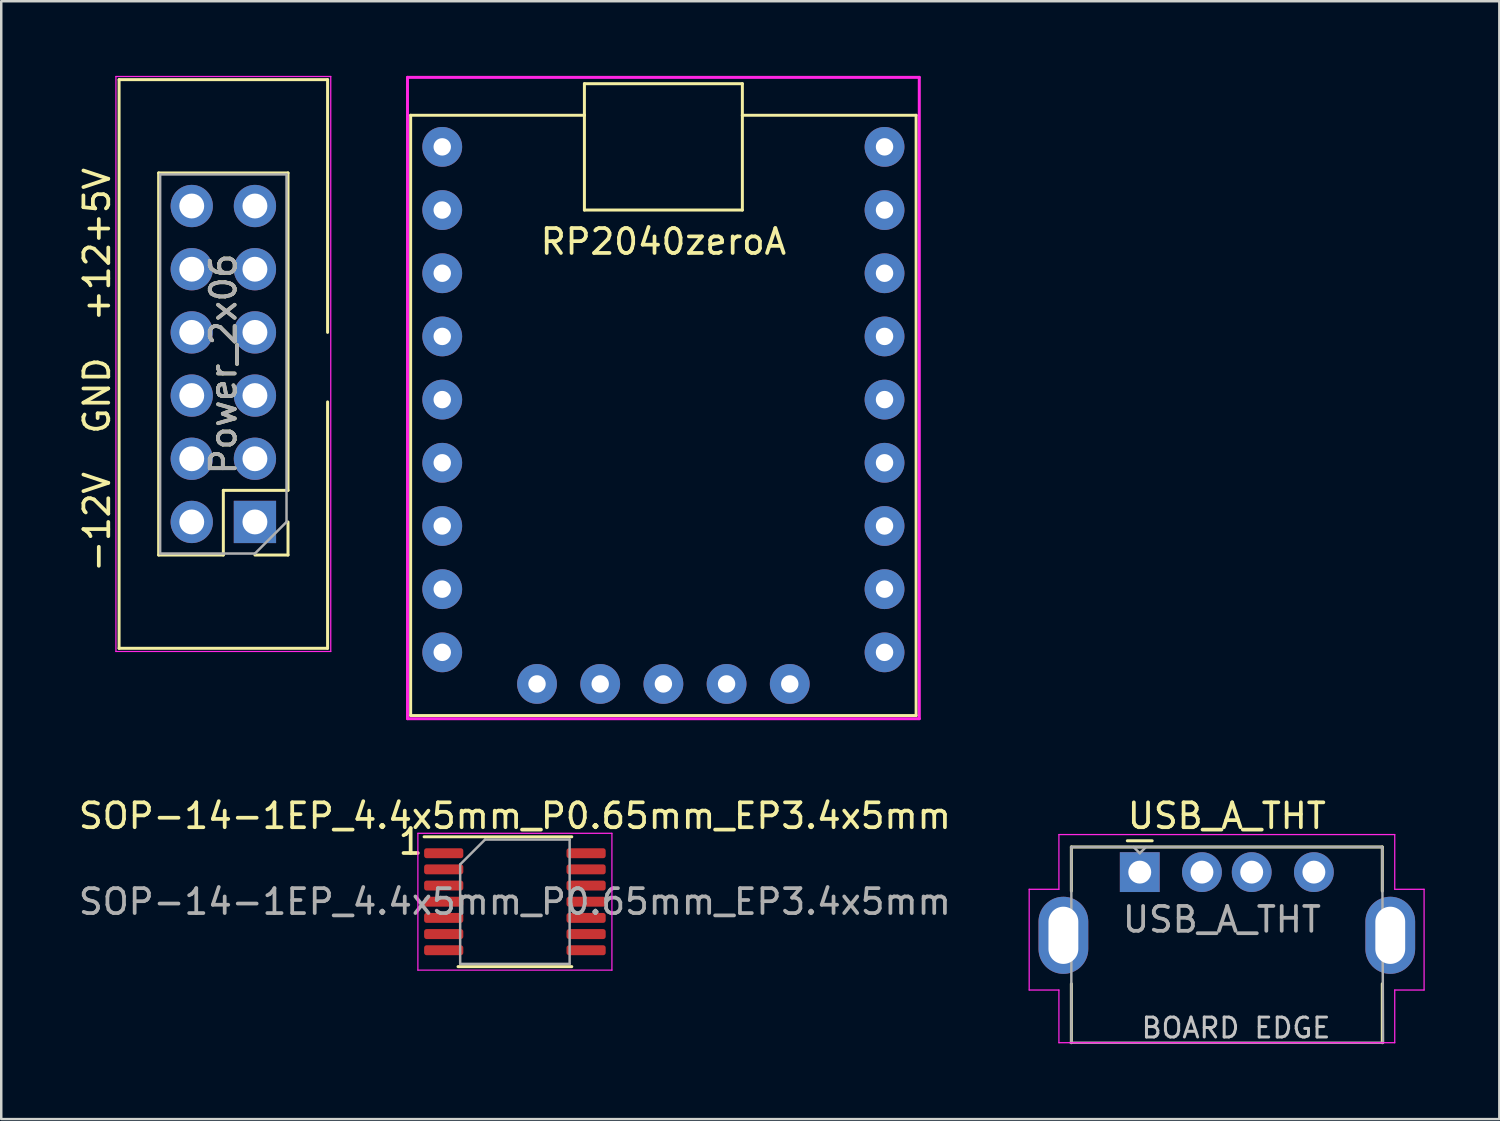
<source format=kicad_pcb>
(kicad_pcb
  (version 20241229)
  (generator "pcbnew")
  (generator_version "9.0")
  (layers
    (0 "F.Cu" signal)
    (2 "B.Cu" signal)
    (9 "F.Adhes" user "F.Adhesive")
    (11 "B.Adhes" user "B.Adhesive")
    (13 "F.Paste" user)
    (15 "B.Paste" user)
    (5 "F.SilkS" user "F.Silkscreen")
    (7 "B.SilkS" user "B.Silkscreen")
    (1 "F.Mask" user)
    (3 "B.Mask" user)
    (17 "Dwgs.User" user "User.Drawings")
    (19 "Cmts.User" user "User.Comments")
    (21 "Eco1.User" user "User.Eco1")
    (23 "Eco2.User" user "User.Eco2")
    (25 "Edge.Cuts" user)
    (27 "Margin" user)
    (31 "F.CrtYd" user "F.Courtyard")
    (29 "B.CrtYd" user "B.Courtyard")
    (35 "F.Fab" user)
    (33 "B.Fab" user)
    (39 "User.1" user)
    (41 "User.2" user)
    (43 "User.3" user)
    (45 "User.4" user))
  (footprint "Power_2x06"
    (layer "F.Cu")
    (at 4.658 5.232)
    (property "Reference" "Power_2x06" (at 1.27 6.35 90) (unlocked yes) (layer "F.SilkS") (effects (font (size 1 1) (thickness 0.15))))
    (attr through_hole)
    (fp_line (start -2.921 -5.08) (end -2.921 17.78) (stroke (width 0.12) (type solid)) (layer "F.SilkS"))
    (fp_line (start -2.921 -5.08) (end 5.461 -5.08) (stroke (width 0.12) (type solid)) (layer "F.SilkS"))
    (fp_line (start -2.921 17.78) (end 5.461 17.78) (stroke (width 0.12) (type solid)) (layer "F.SilkS"))
    (fp_line (start -1.33 14.03) (end -1.33 -1.33) (stroke (width 0.12) (type solid)) (layer "F.SilkS"))
    (fp_line (start 1.27 11.43) (end 1.27 14.03) (stroke (width 0.12) (type solid)) (layer "F.SilkS"))
    (fp_line (start 1.27 14.03) (end -1.33 14.03) (stroke (width 0.12) (type solid)) (layer "F.SilkS"))
    (fp_line (start 3.87 -1.33) (end -1.33 -1.33) (stroke (width 0.12) (type solid)) (layer "F.SilkS"))
    (fp_line (start 3.87 11.43) (end 1.27 11.43) (stroke (width 0.12) (type solid)) (layer "F.SilkS"))
    (fp_line (start 3.87 11.43) (end 3.87 -1.33) (stroke (width 0.12) (type solid)) (layer "F.SilkS"))
    (fp_line (start 3.87 12.7) (end 3.87 14.03) (stroke (width 0.12) (type solid)) (layer "F.SilkS"))
    (fp_line (start 3.87 14.03) (end 2.54 14.03) (stroke (width 0.12) (type solid)) (layer "F.SilkS"))
    (fp_line (start 5.461 -5.08) (end 5.461 5.08) (stroke (width 0.12) (type solid)) (layer "F.SilkS"))
    (fp_line (start 5.461 7.874) (end 5.461 17.78) (stroke (width 0.12) (type solid)) (layer "F.SilkS"))
    (fp_line (start -3.048 -5.207) (end -3.048 17.907) (stroke (width 0.05) (type solid)) (layer "F.CrtYd"))
    (fp_line (start -3.048 17.907) (end 5.588 17.907) (stroke (width 0.05) (type solid)) (layer "F.CrtYd"))
    (fp_line (start 5.588 -5.207) (end -3.048 -5.207) (stroke (width 0.05) (type solid)) (layer "F.CrtYd"))
    (fp_line (start 5.588 17.907) (end 5.588 -5.207) (stroke (width 0.05) (type solid)) (layer "F.CrtYd"))
    (fp_line (start -1.27 -1.27) (end 3.81 -1.27) (stroke (width 0.1) (type solid)) (layer "F.Fab"))
    (fp_line (start -1.27 13.97) (end -1.27 -1.27) (stroke (width 0.1) (type solid)) (layer "F.Fab"))
    (fp_line (start 2.54 13.97) (end -1.27 13.97) (stroke (width 0.1) (type solid)) (layer "F.Fab"))
    (fp_line (start 3.81 -1.27) (end 3.81 12.7) (stroke (width 0.1) (type solid)) (layer "F.Fab"))
    (fp_line (start 3.81 12.7) (end 2.54 13.97) (stroke (width 0.1) (type solid)) (layer "F.Fab"))
    (fp_text user "+12" (at -3.81 3.048 90) (unlocked yes) (layer "F.SilkS") (effects (font (size 1 1) (thickness 0.15))))
    (fp_text user "GND" (at -3.81 7.62 90) (unlocked yes) (layer "F.SilkS") (effects (font (size 1 1) (thickness 0.15))))
    (fp_text user "-12V" (at -3.81 12.7 90) (unlocked yes) (layer "F.SilkS") (effects (font (size 1 1) (thickness 0.15))))
    (fp_text user "+5V" (at -3.81 0 90) (unlocked yes) (layer "F.SilkS") (effects (font (size 1 1) (thickness 0.15))))
    (fp_text user "${REFERENCE}" (at 1.27 6.35 270) (layer "F.Fab") (effects (font (size 1 1) (thickness 0.15))))
    (pad "1" thru_hole rect (at 2.54 12.7 180) (size 1.7 1.7) (drill 1) (layers "*.Cu" "*.Mask"))
    (pad "2" thru_hole oval (at 0 12.7 180) (size 1.7 1.7) (drill 1) (layers "*.Cu" "*.Mask"))
    (pad "3" thru_hole oval (at 2.54 10.16 180) (size 1.7 1.7) (drill 1) (layers "*.Cu" "*.Mask"))
    (pad "4" thru_hole oval (at 0 10.16 180) (size 1.7 1.7) (drill 1) (layers "*.Cu" "*.Mask"))
    (pad "5" thru_hole oval (at 2.54 7.62 180) (size 1.7 1.7) (drill 1) (layers "*.Cu" "*.Mask"))
    (pad "6" thru_hole oval (at 0 7.62 180) (size 1.7 1.7) (drill 1) (layers "*.Cu" "*.Mask"))
    (pad "7" thru_hole oval (at 2.54 5.08 180) (size 1.7 1.7) (drill 1) (layers "*.Cu" "*.Mask"))
    (pad "8" thru_hole oval (at 0 5.08 180) (size 1.7 1.7) (drill 1) (layers "*.Cu" "*.Mask"))
    (pad "9" thru_hole oval (at 2.54 2.54 180) (size 1.7 1.7) (drill 1) (layers "*.Cu" "*.Mask"))
    (pad "10" thru_hole oval (at 0 2.54 180) (size 1.7 1.7) (drill 1) (layers "*.Cu" "*.Mask"))
    (pad "11" thru_hole oval (at 2.54 0 180) (size 1.7 1.7) (drill 1) (layers "*.Cu" "*.Mask"))
    (pad "12" thru_hole oval (at 0 0 180) (size 1.7 1.7) (drill 1) (layers "*.Cu" "*.Mask")))
  (footprint "USB_A_THT"
    (layer "F.Cu")
    (at 42.768 32.009)
    (property "Reference" "USB_A_THT" (at 3.5 -2.26 0) (layer "F.SilkS") (effects (font (size 1 1) (thickness 0.15))))
    (attr through_hole)
    (fp_line (start -2.75 -1.01) (end -2.75 0.762) (stroke (width 0.12) (type solid)) (layer "F.SilkS"))
    (fp_line (start -2.75 4.49) (end -2.75 6.858) (stroke (width 0.12) (type solid)) (layer "F.SilkS"))
    (fp_line (start -0.5 -1.26) (end 0.5 -1.26) (stroke (width 0.12) (type solid)) (layer "F.SilkS"))
    (fp_line (start 9.75 -1.01) (end -2.75 -1.01) (stroke (width 0.12) (type solid)) (layer "F.SilkS"))
    (fp_line (start 9.75 0.762) (end 9.75 -1.01) (stroke (width 0.12) (type solid)) (layer "F.SilkS"))
    (fp_line (start 9.75 6.858) (end 9.75 4.49) (stroke (width 0.12) (type solid)) (layer "F.SilkS"))
    (fp_line (start -4.445 4.74) (end -4.445 0.69) (stroke (width 0.05) (type solid)) (layer "F.CrtYd"))
    (fp_line (start -3.25 0.69) (end -4.445 0.69) (stroke (width 0.05) (type solid)) (layer "F.CrtYd"))
    (fp_line (start -3.25 0.69) (end -3.25 -1.51) (stroke (width 0.05) (type solid)) (layer "F.CrtYd"))
    (fp_line (start -3.25 4.74) (end -4.445 4.74) (stroke (width 0.05) (type solid)) (layer "F.CrtYd"))
    (fp_line (start -3.25 4.74) (end -3.25 6.858) (stroke (width 0.05) (type solid)) (layer "F.CrtYd"))
    (fp_line (start -3.25 6.858) (end 10.25 6.858) (stroke (width 0.05) (type solid)) (layer "F.CrtYd"))
    (fp_line (start 10.25 -1.51) (end -3.25 -1.51) (stroke (width 0.05) (type solid)) (layer "F.CrtYd"))
    (fp_line (start 10.25 0.69) (end 10.25 -1.51) (stroke (width 0.05) (type solid)) (layer "F.CrtYd"))
    (fp_line (start 10.25 0.69) (end 11.43 0.69) (stroke (width 0.05) (type solid)) (layer "F.CrtYd"))
    (fp_line (start 10.25 4.74) (end 11.43 4.74) (stroke (width 0.05) (type solid)) (layer "F.CrtYd"))
    (fp_line (start 10.25 6.858) (end 10.25 4.74) (stroke (width 0.05) (type solid)) (layer "F.CrtYd"))
    (fp_line (start 11.43 4.74) (end 11.43 0.69) (stroke (width 0.05) (type solid)) (layer "F.CrtYd"))
    (fp_line (start -2.778 6.858) (end 9.779 6.858) (stroke (width 0.1) (type solid)) (layer "F.Fab"))
    (fp_line (start -2.75 -1.01) (end 9.75 -1.01) (stroke (width 0.1) (type solid)) (layer "F.Fab"))
    (fp_line (start -2.75 6.858) (end -2.75 -1.01) (stroke (width 0.1) (type solid)) (layer "F.Fab"))
    (fp_line (start -0.25 -1.01) (end 0 -0.76) (stroke (width 0.1) (type solid)) (layer "F.Fab"))
    (fp_line (start 0 -0.76) (end 0.25 -1.01) (stroke (width 0.1) (type solid)) (layer "F.Fab"))
    (fp_line (start 9.779 6.858) (end 9.75 -1.01) (stroke (width 0.1) (type solid)) (layer "F.Fab"))
    (fp_line (start -2.54 6.858) (end 9.525 6.858) (stroke (width 0.1) (type default)) (layer "User.1"))
    (fp_text user "BOARD EDGE" (at 0 6.731 0) (unlocked yes) (layer "Dwgs.User") (effects (font (size 0.8 0.8) (thickness 0.12)) (justify left bottom)))
    (fp_text user "${REFERENCE}" (at 3.302 1.905 0) (layer "F.Fab") (effects (font (size 1 1) (thickness 0.15))))
    (pad "1" thru_hole rect (at 0 0) (size 1.6 1.6) (drill 0.92) (layers "*.Cu" "*.Mask"))
    (pad "2" thru_hole circle (at 2.5 0) (size 1.6 1.6) (drill 0.92) (layers "*.Cu" "*.Mask"))
    (pad "3" thru_hole circle (at 4.5 0) (size 1.6 1.6) (drill 0.92) (layers "*.Cu" "*.Mask"))
    (pad "4" thru_hole circle (at 7 0) (size 1.6 1.6) (drill 0.92) (layers "*.Cu" "*.Mask"))
    (pad "5" thru_hole oval (at -3.07 2.54) (size 2 3.1) (drill oval 1.2 2.3) (layers "*.Cu" "*.Mask"))
    (pad "5" thru_hole oval (at 10.07 2.54) (size 2 3.1) (drill oval 1.2 2.3) (layers "*.Cu" "*.Mask")))
  (footprint "RP2040zeroA"
    (layer "F.Cu")
    (at 32.508 2.854)
    (property "Reference" "RP2040zeroA" (at -8.89 3.81 0) (layer "F.SilkS") (effects (font (size 1 1) (thickness 0.15))))
    (attr through_hole)
    (fp_line (start -19.05 -1.27) (end -12.065 -1.27) (stroke (width 0.12) (type solid)) (layer "F.SilkS"))
    (fp_line (start -19.05 22.86) (end -19.05 -1.27) (stroke (width 0.12) (type solid)) (layer "F.SilkS"))
    (fp_line (start -12.065 -2.54) (end -5.715 -2.54) (stroke (width 0.12) (type solid)) (layer "F.SilkS"))
    (fp_line (start -12.065 -1.27) (end -12.065 -2.54) (stroke (width 0.12) (type solid)) (layer "F.SilkS"))
    (fp_line (start -12.065 -1.27) (end -12.065 2.54) (stroke (width 0.12) (type solid)) (layer "F.SilkS"))
    (fp_line (start -12.065 2.54) (end -5.715 2.54) (stroke (width 0.12) (type solid)) (layer "F.SilkS"))
    (fp_line (start -5.715 -2.54) (end -5.715 -1.27) (stroke (width 0.12) (type solid)) (layer "F.SilkS"))
    (fp_line (start -5.715 -1.27) (end 1.27 -1.27) (stroke (width 0.12) (type solid)) (layer "F.SilkS"))
    (fp_line (start -5.715 2.54) (end -5.715 -1.27) (stroke (width 0.12) (type solid)) (layer "F.SilkS"))
    (fp_line (start 1.27 -1.27) (end 1.27 22.86) (stroke (width 0.12) (type solid)) (layer "F.SilkS"))
    (fp_line (start 1.27 22.86) (end -19.05 22.86) (stroke (width 0.12) (type solid)) (layer "F.SilkS"))
    (fp_line (start -19.177 -2.794) (end 1.397 -2.794) (stroke (width 0.12) (type solid)) (layer "F.CrtYd"))
    (fp_line (start -19.177 22.987) (end -19.177 -2.794) (stroke (width 0.12) (type solid)) (layer "F.CrtYd"))
    (fp_line (start 1.397 -2.794) (end 1.397 22.987) (stroke (width 0.12) (type solid)) (layer "F.CrtYd"))
    (fp_line (start 1.397 22.987) (end -19.177 22.987) (stroke (width 0.12) (type solid)) (layer "F.CrtYd"))
    (pad "0" thru_hole circle (at 0 0) (size 1.6 1.6) (drill 0.7) (layers "*.Cu" "*.Mask"))
    (pad "1" thru_hole circle (at 0 2.54) (size 1.6 1.6) (drill 0.7) (layers "*.Cu" "*.Mask"))
    (pad "2" thru_hole circle (at 0 5.08) (size 1.6 1.6) (drill 0.7) (layers "*.Cu" "*.Mask"))
    (pad "3" thru_hole circle (at 0 7.62) (size 1.6 1.6) (drill 0.7) (layers "*.Cu" "*.Mask"))
    (pad "4" thru_hole circle (at 0 10.16) (size 1.6 1.6) (drill 0.7) (layers "*.Cu" "*.Mask"))
    (pad "5" thru_hole circle (at 0 12.7) (size 1.6 1.6) (drill 0.7) (layers "*.Cu" "*.Mask"))
    (pad "6" thru_hole circle (at 0 15.24) (size 1.6 1.6) (drill 0.7) (layers "*.Cu" "*.Mask"))
    (pad "7" thru_hole circle (at 0 17.78) (size 1.6 1.6) (drill 0.7) (layers "*.Cu" "*.Mask"))
    (pad "8" thru_hole circle (at 0 20.32) (size 1.6 1.6) (drill 0.7) (layers "*.Cu" "*.Mask"))
    (pad "9" thru_hole circle (at -3.81 21.59) (size 1.6 1.6) (drill 0.7) (layers "*.Cu" "*.Mask"))
    (pad "10" thru_hole circle (at -6.35 21.59) (size 1.6 1.6) (drill 0.7) (layers "*.Cu" "*.Mask"))
    (pad "11" thru_hole circle (at -8.89 21.59) (size 1.6 1.6) (drill 0.7) (layers "*.Cu" "*.Mask"))
    (pad "12" thru_hole circle (at -11.43 21.59) (size 1.6 1.6) (drill 0.7) (layers "*.Cu" "*.Mask"))
    (pad "13" thru_hole circle (at -13.97 21.59) (size 1.6 1.6) (drill 0.7) (layers "*.Cu" "*.Mask"))
    (pad "14" thru_hole circle (at -17.78 20.32) (size 1.6 1.6) (drill 0.7) (layers "*.Cu" "*.Mask"))
    (pad "15" thru_hole circle (at -17.78 17.78) (size 1.6 1.6) (drill 0.7) (layers "*.Cu" "*.Mask"))
    (pad "26" thru_hole circle (at -17.78 15.24) (size 1.6 1.6) (drill 0.7) (layers "*.Cu" "*.Mask"))
    (pad "27" thru_hole circle (at -17.78 12.7) (size 1.6 1.6) (drill 0.7) (layers "*.Cu" "*.Mask"))
    (pad "28" thru_hole circle (at -17.78 10.16) (size 1.6 1.6) (drill 0.7) (layers "*.Cu" "*.Mask"))
    (pad "29" thru_hole circle (at -17.78 7.62) (size 1.6 1.6) (drill 0.7) (layers "*.Cu" "*.Mask"))
    (pad "30" thru_hole circle (at -17.78 5.08) (size 1.6 1.6) (drill 0.7) (layers "*.Cu" "*.Mask"))
    (pad "31" thru_hole circle (at -17.78 2.54) (size 1.6 1.6) (drill 0.7) (layers "*.Cu" "*.Mask"))
    (pad "32" thru_hole circle (at -17.78 0) (size 1.6 1.6) (drill 0.7) (layers "*.Cu" "*.Mask")))
  (footprint "SOP-14-1EP_4.4x5mm_P0.65mm_EP3.4x5mm"
    (layer "F.Cu")
    (at 17.649 33.199)
    (property "Reference" "SOP-14-1EP_4.4x5mm_P0.65mm_EP3.4x5mm" (at 0 -3.45 0) (layer "F.SilkS") (effects (font (size 1 1) (thickness 0.15))))
    (attr smd)
    (fp_line (start -2.286 2.61) (end 2.286 2.61) (stroke (width 0.12) (type solid)) (layer "F.SilkS"))
    (fp_line (start 2.286 -2.61) (end -3.65 -2.61) (stroke (width 0.12) (type solid)) (layer "F.SilkS"))
    (fp_line (start -3.9 -2.75) (end -3.9 2.75) (stroke (width 0.05) (type solid)) (layer "F.CrtYd"))
    (fp_line (start -3.9 2.75) (end 3.9 2.75) (stroke (width 0.05) (type solid)) (layer "F.CrtYd"))
    (fp_line (start 3.9 -2.75) (end -3.9 -2.75) (stroke (width 0.05) (type solid)) (layer "F.CrtYd"))
    (fp_line (start 3.9 2.75) (end 3.9 -2.75) (stroke (width 0.05) (type solid)) (layer "F.CrtYd"))
    (fp_line (start -2.2 -1.5) (end -1.2 -2.5) (stroke (width 0.1) (type solid)) (layer "F.Fab"))
    (fp_line (start -2.2 2.5) (end -2.2 -1.5) (stroke (width 0.1) (type solid)) (layer "F.Fab"))
    (fp_line (start -1.2 -2.5) (end 2.2 -2.5) (stroke (width 0.1) (type solid)) (layer "F.Fab"))
    (fp_line (start 2.2 -2.5) (end 2.2 2.5) (stroke (width 0.1) (type solid)) (layer "F.Fab"))
    (fp_line (start 2.2 2.5) (end -2.2 2.5) (stroke (width 0.1) (type solid)) (layer "F.Fab"))
    (fp_text user "1" (at -4.191 -2.413 0) (layer "F.SilkS") (effects (font (size 1 1) (thickness 0.15))))
    (fp_text user "${REFERENCE}" (at 0 0 0) (layer "F.Fab") (effects (font (size 1 1) (thickness 0.15))))
    (pad "1" smd roundrect (at -2.862 -1.95) (size 1.575 0.4) (layers "F.Cu" "F.Mask" "F.Paste") (roundrect_rratio 0.25))
    (pad "2" smd roundrect (at -2.862 -1.3) (size 1.575 0.4) (layers "F.Cu" "F.Mask" "F.Paste") (roundrect_rratio 0.25))
    (pad "3" smd roundrect (at -2.862 -0.65) (size 1.575 0.4) (layers "F.Cu" "F.Mask" "F.Paste") (roundrect_rratio 0.25))
    (pad "4" smd roundrect (at -2.862 0) (size 1.575 0.4) (layers "F.Cu" "F.Mask" "F.Paste") (roundrect_rratio 0.25))
    (pad "5" smd roundrect (at -2.862 0.65) (size 1.575 0.4) (layers "F.Cu" "F.Mask" "F.Paste") (roundrect_rratio 0.25))
    (pad "6" smd roundrect (at -2.862 1.3) (size 1.575 0.4) (layers "F.Cu" "F.Mask" "F.Paste") (roundrect_rratio 0.25))
    (pad "7" smd roundrect (at -2.862 1.95) (size 1.575 0.4) (layers "F.Cu" "F.Mask" "F.Paste") (roundrect_rratio 0.25))
    (pad "8" smd roundrect (at 2.862 1.95) (size 1.575 0.4) (layers "F.Cu" "F.Mask" "F.Paste") (roundrect_rratio 0.25))
    (pad "9" smd roundrect (at 2.862 1.3) (size 1.575 0.4) (layers "F.Cu" "F.Mask" "F.Paste") (roundrect_rratio 0.25))
    (pad "10" smd roundrect (at 2.862 0.65) (size 1.575 0.4) (layers "F.Cu" "F.Mask" "F.Paste") (roundrect_rratio 0.25))
    (pad "11" smd roundrect (at 2.862 0) (size 1.575 0.4) (layers "F.Cu" "F.Mask" "F.Paste") (roundrect_rratio 0.25))
    (pad "12" smd roundrect (at 2.862 -0.65) (size 1.575 0.4) (layers "F.Cu" "F.Mask" "F.Paste") (roundrect_rratio 0.25))
    (pad "13" smd roundrect (at 2.862 -1.3) (size 1.575 0.4) (layers "F.Cu" "F.Mask" "F.Paste") (roundrect_rratio 0.25))
    (pad "14" smd roundrect (at 2.862 -1.95) (size 1.575 0.4) (layers "F.Cu" "F.Mask" "F.Paste") (roundrect_rratio 0.25)))
  (gr_rect
    (start -3 -3)
    (end 57.223 41.937)
    (stroke (width 0.1) (type default))
    (fill no)
    (layer "Edge.Cuts")))
</source>
